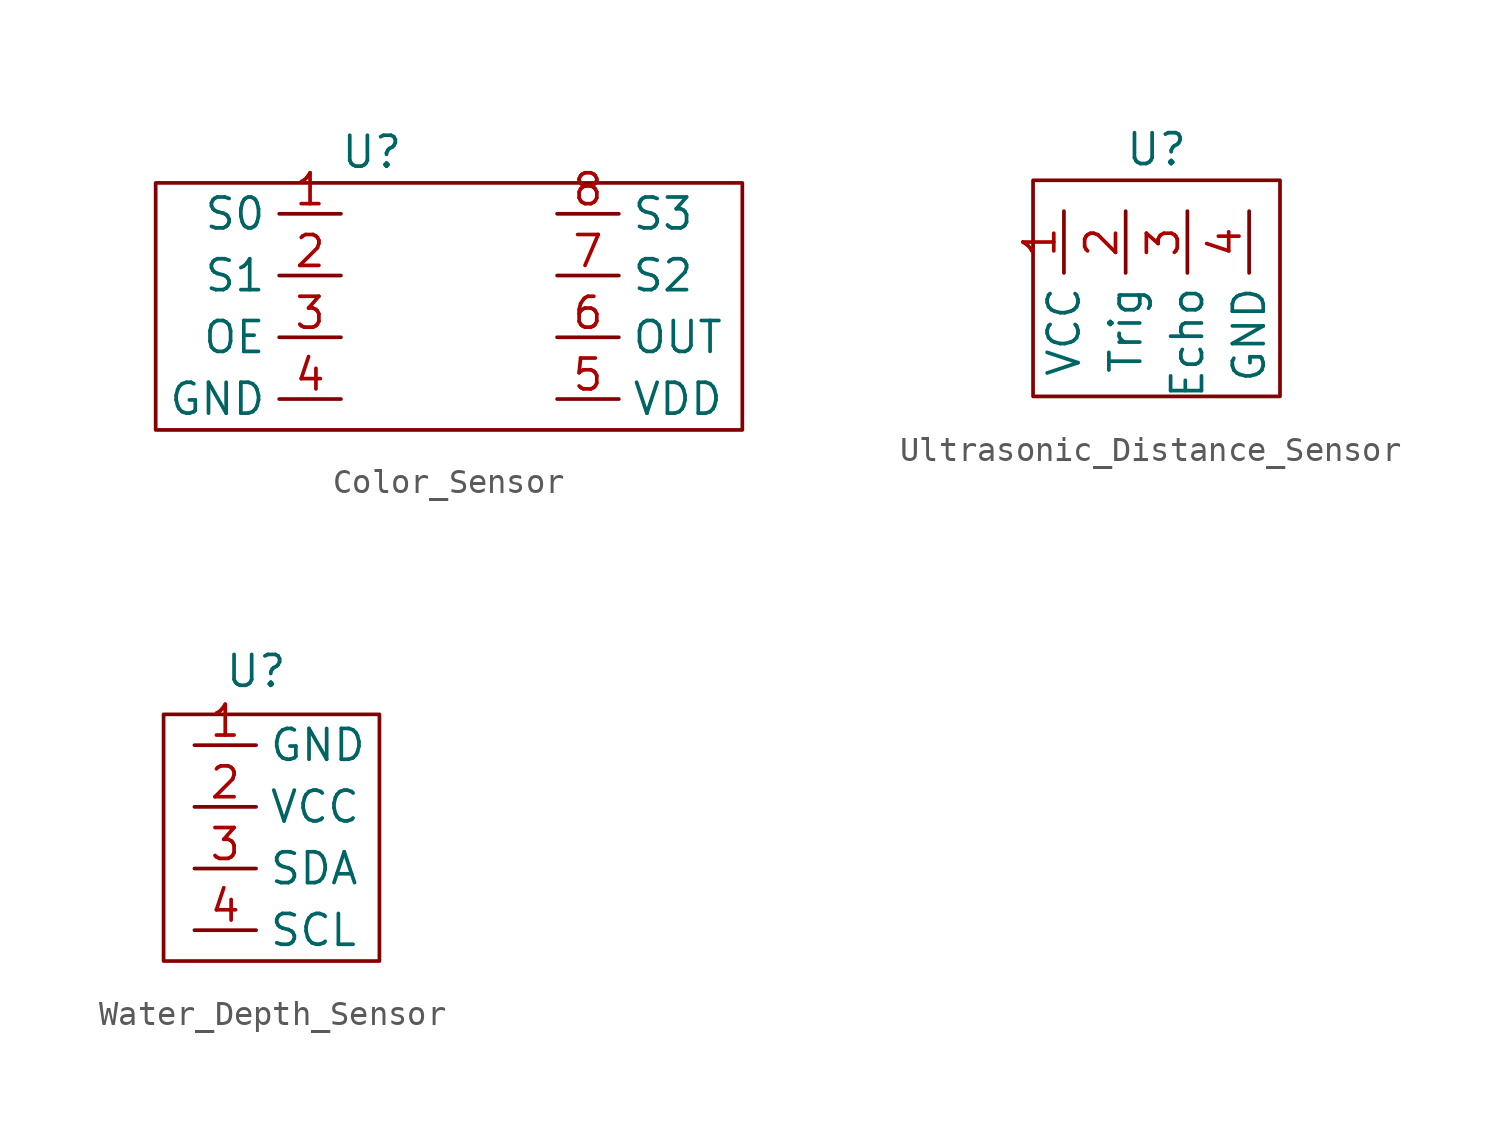
<source format=kicad_sym>
(kicad_symbol_lib
  (version 20231120)
  (generator "kicad_symbol_editor")
  (generator_version "8.0")
  (symbol "Color_Sensor"
    (property "Reference" "U"
      (at 0 0 0)
      (effects (font (size 1.27 1.27))))
    (property "Value" ""
      (at 0 0 0)
      (effects (font (size 1.27 1.27))))
    (symbol "Color_Sensor_0_1"
      (rectangle (start -8.89 -1.27) (end 15.24 -11.43) (stroke (width 0) (type default)) (fill (type none))))
    (symbol "Color_Sensor_1_1"
      (pin input line (at -1.27 -2.54 180) (length 2.54) (name "S0" (effects (font (size 1.27 1.27)))) (number "1" (effects (font (size 1.27 1.27)))))
      (pin input line (at -1.27 -5.08 180) (length 2.54) (name "S1" (effects (font (size 1.27 1.27)))) (number "2" (effects (font (size 1.27 1.27)))))
      (pin input line (at -1.27 -7.62 180) (length 2.54) (name "OE" (effects (font (size 1.27 1.27)))) (number "3" (effects (font (size 1.27 1.27)))))
      (pin power_in line (at -1.27 -10.16 180) (length 2.54) (name "GND" (effects (font (size 1.27 1.27)))) (number "4" (effects (font (size 1.27 1.27)))))
      (pin power_in line (at 7.62 -10.16 0) (length 2.54) (name "VDD" (effects (font (size 1.27 1.27)))) (number "5" (effects (font (size 1.27 1.27)))))
      (pin output line (at 7.62 -7.62 0) (length 2.54) (name "OUT" (effects (font (size 1.27 1.27)))) (number "6" (effects (font (size 1.27 1.27)))))
      (pin input line (at 7.62 -5.08 0) (length 2.54) (name "S2" (effects (font (size 1.27 1.27)))) (number "7" (effects (font (size 1.27 1.27)))))
      (pin input line (at 7.62 -2.54 0) (length 2.54) (name "S3" (effects (font (size 1.27 1.27)))) (number "8" (effects (font (size 1.27 1.27)))))))
  (symbol "Ultrasonic_Distance_Sensor"
    (property "Reference" "U"
      (at 0 0 0)
      (effects (font (size 1.27 1.27))))
    (property "Value" ""
      (at 0 0 0)
      (effects (font (size 1.27 1.27))))
    (symbol "Ultrasonic_Distance_Sensor_0_1"
      (rectangle (start -5.08 -1.27) (end 5.08 -10.16) (stroke (width 0) (type default)) (fill (type none))))
    (symbol "Ultrasonic_Distance_Sensor_1_1"
      (pin power_in line (at -3.81 -2.54 270) (length 2.54) (name "VCC" (effects (font (size 1.27 1.27)))) (number "1" (effects (font (size 1.27 1.27)))))
      (pin input line (at -1.27 -2.54 270) (length 2.54) (name "Trig" (effects (font (size 1.27 1.27)))) (number "2" (effects (font (size 1.27 1.27)))))
      (pin input line (at 1.27 -2.54 270) (length 2.54) (name "Echo" (effects (font (size 1.27 1.27)))) (number "3" (effects (font (size 1.27 1.27)))))
      (pin power_in line (at 3.81 -2.54 270) (length 2.54) (name "GND" (effects (font (size 1.27 1.27)))) (number "4" (effects (font (size 1.27 1.27)))))))
  (symbol "Water_Depth_Sensor"
    (property "Reference" "U"
      (at 0 0.508 0)
      (effects (font (size 1.27 1.27))))
    (property "Value" ""
      (at 0 0.508 0)
      (effects (font (size 1.27 1.27))))
    (symbol "Water_Depth_Sensor_0_1"
      (rectangle (start 5.08 -1.27) (end -3.81 -11.43) (stroke (width 0) (type default)) (fill (type none))))
    (symbol "Water_Depth_Sensor_1_1"
      (pin power_in line (at -2.54 -2.54 0) (length 2.54) (name "GND" (effects (font (size 1.27 1.27)))) (number "1" (effects (font (size 1.27 1.27)))))
      (pin power_in line (at -2.54 -5.08 0) (length 2.54) (name "VCC" (effects (font (size 1.27 1.27)))) (number "2" (effects (font (size 1.27 1.27)))))
      (pin input line (at -2.54 -7.62 0) (length 2.54) (name "SDA" (effects (font (size 1.27 1.27)))) (number "3" (effects (font (size 1.27 1.27)))))
      (pin input line (at -2.54 -10.16 0) (length 2.54) (name "SCL" (effects (font (size 1.27 1.27)))) (number "4" (effects (font (size 1.27 1.27))))))))
</source>
